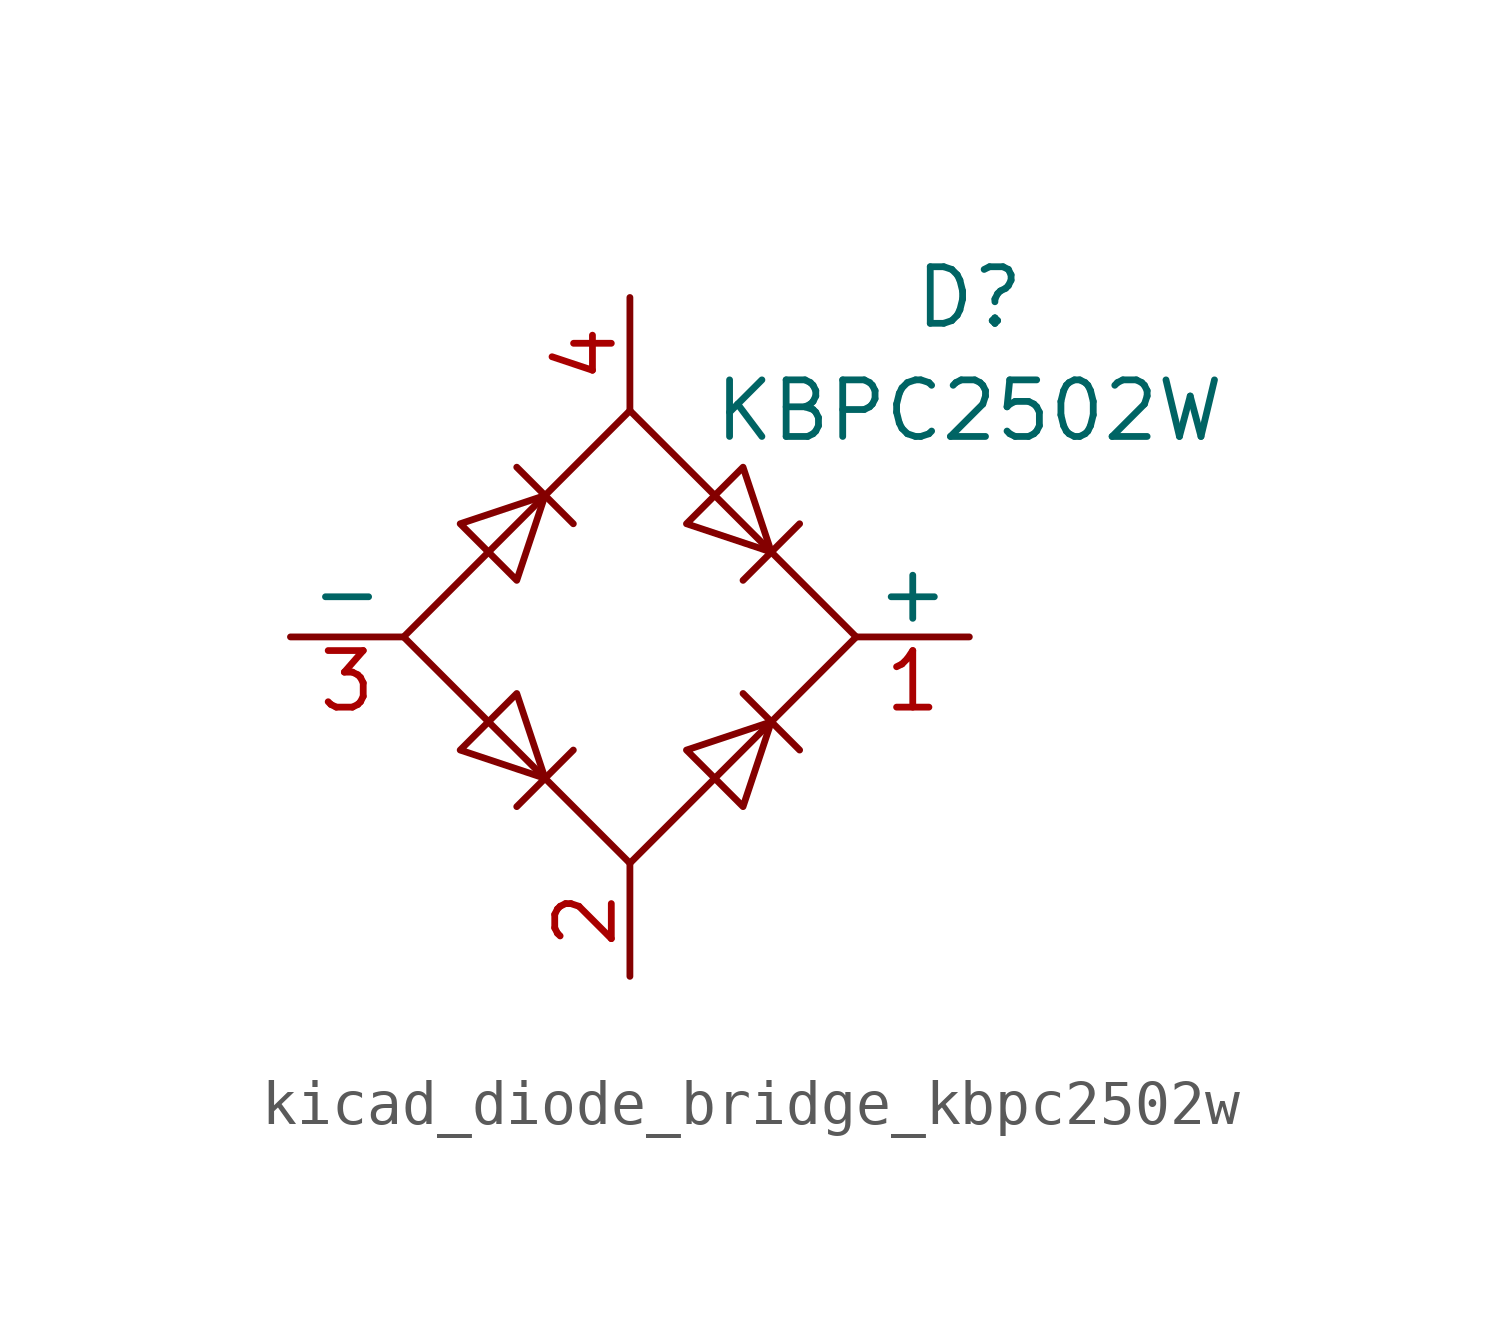
<source format=kicad_sym>
(kicad_symbol_lib
  (version 20220914)
  (generator kicad_symbol_editor)
  (symbol "kicad_diode_bridge_kbpc2502w"
    (pin_names
      (offset 0))
    (property "Reference" "D"
      (at 7.62 7.62 0)
      (effects (font (size 1.27 1.27))))
    (property "Value" "KBPC2502W"
      (at 7.62 5.08 0)
      (effects (font (size 1.27 1.27))))
    (symbol "kicad_diode_bridge_kbpc2502w_0_1"
      (polyline (pts (xy -2.54 3.81) (xy -1.27 2.54)) (stroke (width 0) (type default)) (fill (type none)))
      (polyline (pts (xy -1.27 -2.54) (xy -2.54 -3.81)) (stroke (width 0) (type default)) (fill (type none)))
      (polyline (pts (xy 2.54 -1.27) (xy 3.81 -2.54)) (stroke (width 0) (type default)) (fill (type none)))
      (polyline (pts (xy 2.54 1.27) (xy 3.81 2.54)) (stroke (width 0) (type default)) (fill (type none)))
      (polyline (pts (xy -3.81 2.54) (xy -2.54 1.27) (xy -1.905 3.175) (xy -3.81 2.54)) (stroke (width 0) (type default)) (fill (type none)))
      (polyline (pts (xy -2.54 -1.27) (xy -3.81 -2.54) (xy -1.905 -3.175) (xy -2.54 -1.27)) (stroke (width 0) (type default)) (fill (type none)))
      (polyline (pts (xy 1.27 2.54) (xy 2.54 3.81) (xy 3.175 1.905) (xy 1.27 2.54)) (stroke (width 0) (type default)) (fill (type none)))
      (polyline (pts (xy 3.175 -1.905) (xy 1.27 -2.54) (xy 2.54 -3.81) (xy 3.175 -1.905)) (stroke (width 0) (type default)) (fill (type none)))
      (polyline (pts (xy -5.08 0) (xy 0 -5.08) (xy 5.08 0) (xy 0 5.08) (xy -5.08 0)) (stroke (width 0) (type default)) (fill (type none))))
    (symbol "kicad_diode_bridge_kbpc2502w_1_1"
      (pin passive line (at 7.62 0 180) (length 2.54) (name "+" (effects (font (size 1.27 1.27)))) (number "1" (effects (font (size 1.27 1.27)))))
      (pin passive line (at 0 -7.62 90) (length 2.54) (name "~" (effects (font (size 1.27 1.27)))) (number "2" (effects (font (size 1.27 1.27)))))
      (pin passive line (at -7.62 0 0) (length 2.54) (name "-" (effects (font (size 1.27 1.27)))) (number "3" (effects (font (size 1.27 1.27)))))
      (pin passive line (at 0 7.62 270) (length 2.54) (name "~" (effects (font (size 1.27 1.27)))) (number "4" (effects (font (size 1.27 1.27))))))))
</source>
